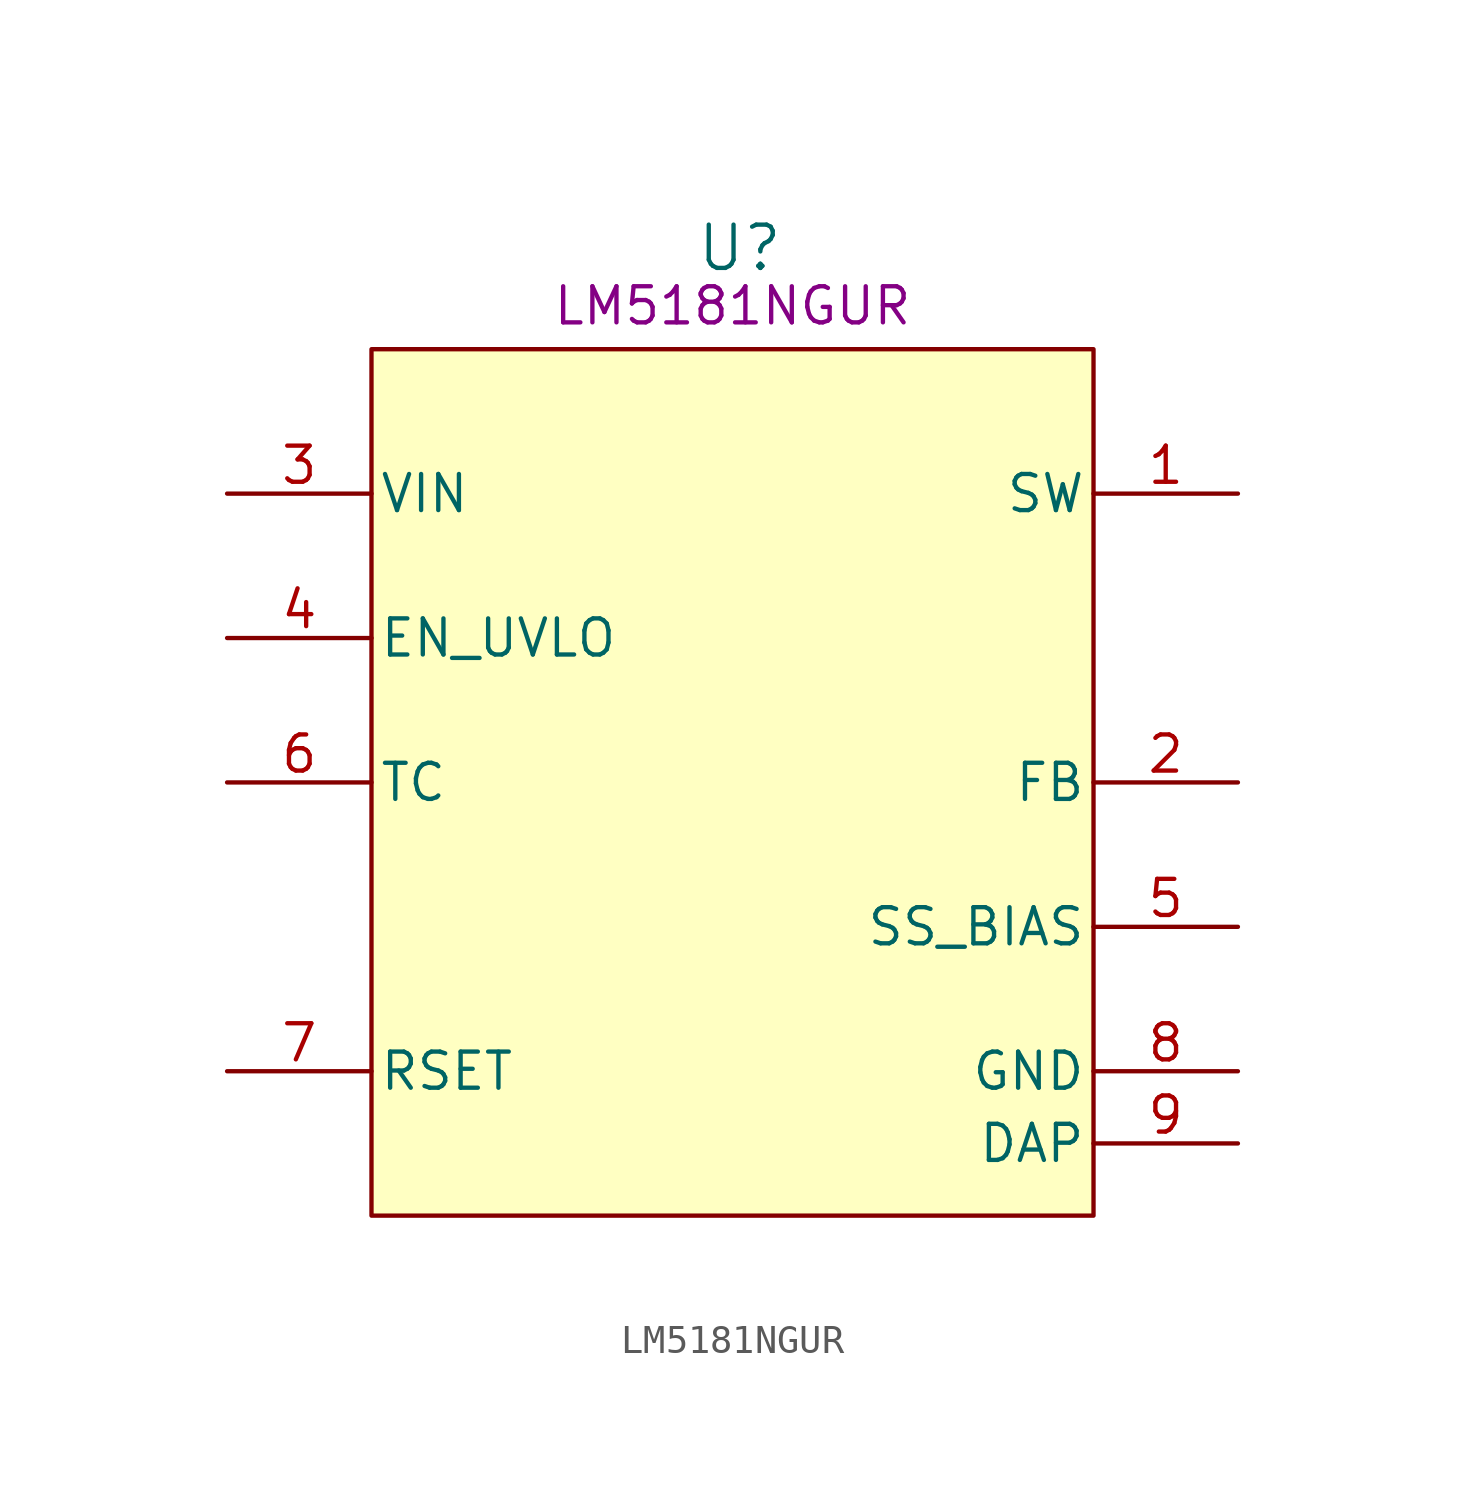
<source format=kicad_sym>
(kicad_symbol_lib
  (version 20231120)
  (generator "kicad_symbol_editor")
  (generator_version "8.0")
  (symbol "LM5181NGUR"
    (pin_names
      (offset 0.254))
    (property "Reference" "U"
      (at 18.034 8.636 0)
      (effects (font (size 1.524 1.524))))
    (property "MPN" "LM5181NGUR"
      (at 17.78 6.604 0)
      (effects (font (size 1.27 1.27))))
    (symbol "LM5181NGUR_0_1"
      (rectangle (start 5.08 5.08) (end 30.48 -25.4) (stroke (width 0) (type default)) (fill (type background)))
      (pin unspecified line (at 35.56 0 180) (length 5.08) (name "SW" (effects (font (size 1.27 1.27)))) (number "1" (effects (font (size 1.27 1.27)))))
      (pin unspecified line (at 35.56 -10.16 180) (length 5.08) (name "FB" (effects (font (size 1.27 1.27)))) (number "2" (effects (font (size 1.27 1.27)))))
      (pin power_in line (at 0 0 0) (length 5.08) (name "VIN" (effects (font (size 1.27 1.27)))) (number "3" (effects (font (size 1.27 1.27)))))
      (pin input line (at 0 -5.08 0) (length 5.08) (name "EN_UVLO" (effects (font (size 1.27 1.27)))) (number "4" (effects (font (size 1.27 1.27)))))
      (pin unspecified line (at 35.56 -15.24 180) (length 5.08) (name "SS_BIAS" (effects (font (size 1.27 1.27)))) (number "5" (effects (font (size 1.27 1.27)))))
      (pin unspecified line (at 0 -10.16 0) (length 5.08) (name "TC" (effects (font (size 1.27 1.27)))) (number "6" (effects (font (size 1.27 1.27)))))
      (pin unspecified line (at 0 -20.32 0) (length 5.08) (name "RSET" (effects (font (size 1.27 1.27)))) (number "7" (effects (font (size 1.27 1.27)))))
      (pin power_in line (at 35.56 -20.32 180) (length 5.08) (name "GND" (effects (font (size 1.27 1.27)))) (number "8" (effects (font (size 1.27 1.27)))))
      (pin power_in line (at 35.56 -22.86 180) (length 5.08) (name "DAP" (effects (font (size 1.27 1.27)))) (number "9" (effects (font (size 1.27 1.27))))))))
</source>
